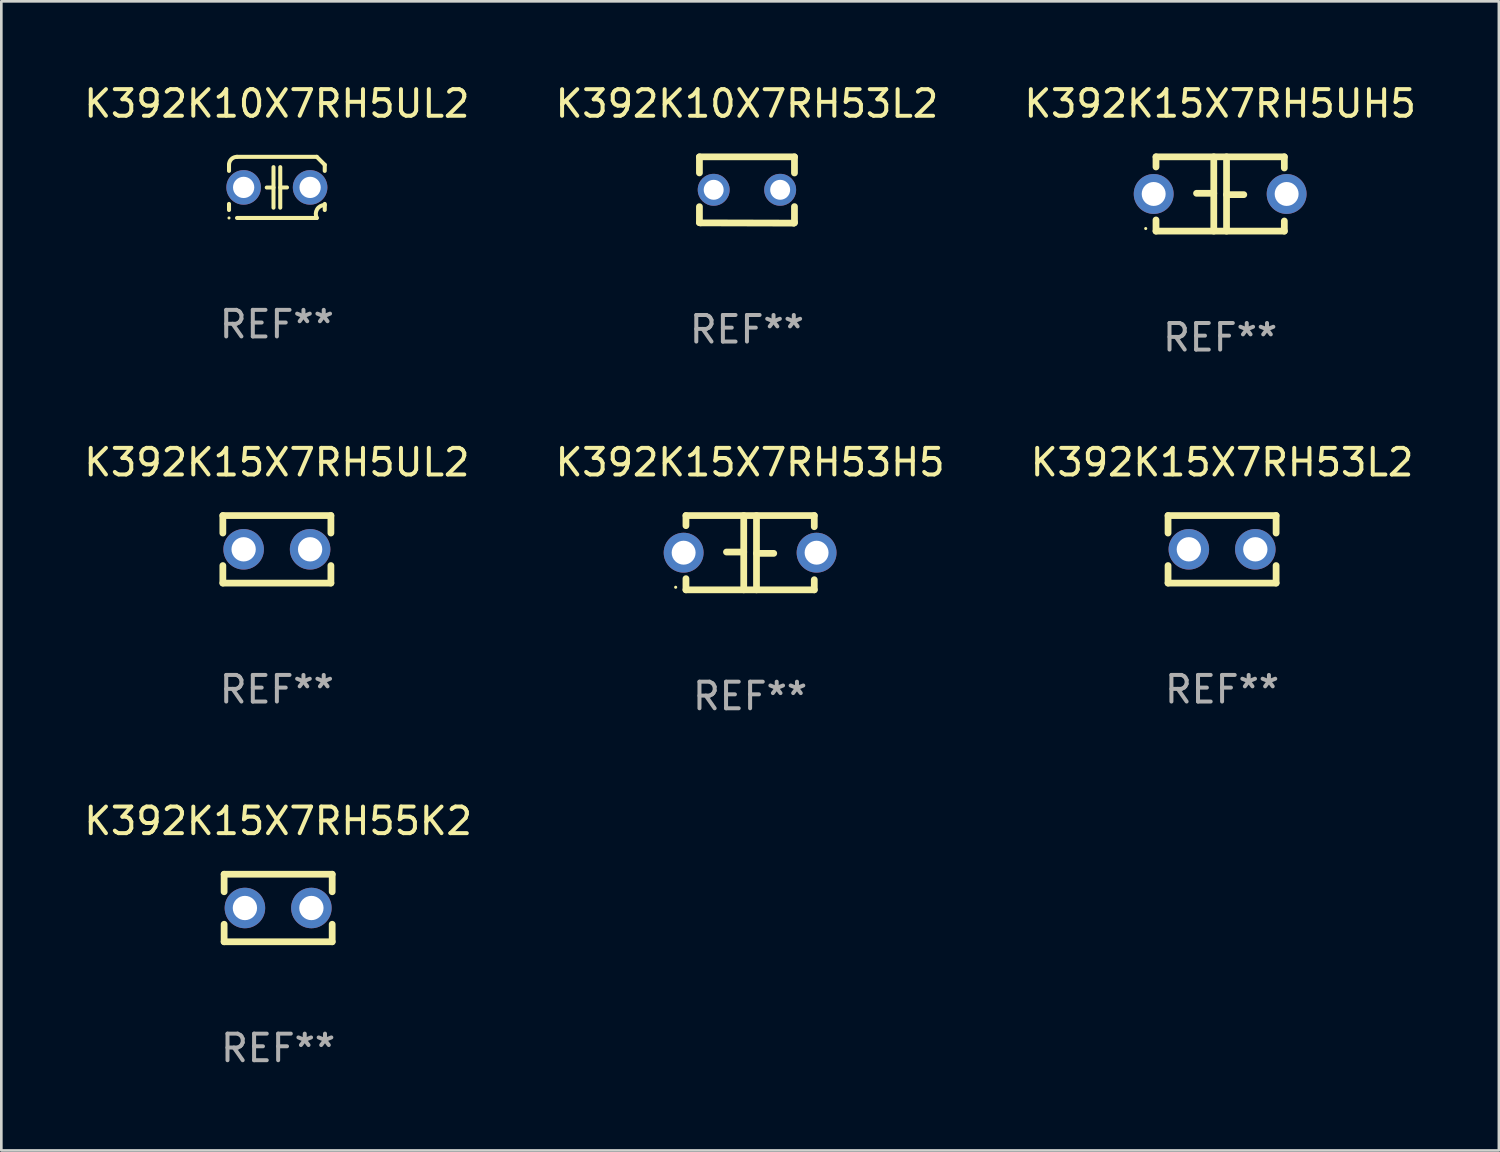
<source format=kicad_pcb>
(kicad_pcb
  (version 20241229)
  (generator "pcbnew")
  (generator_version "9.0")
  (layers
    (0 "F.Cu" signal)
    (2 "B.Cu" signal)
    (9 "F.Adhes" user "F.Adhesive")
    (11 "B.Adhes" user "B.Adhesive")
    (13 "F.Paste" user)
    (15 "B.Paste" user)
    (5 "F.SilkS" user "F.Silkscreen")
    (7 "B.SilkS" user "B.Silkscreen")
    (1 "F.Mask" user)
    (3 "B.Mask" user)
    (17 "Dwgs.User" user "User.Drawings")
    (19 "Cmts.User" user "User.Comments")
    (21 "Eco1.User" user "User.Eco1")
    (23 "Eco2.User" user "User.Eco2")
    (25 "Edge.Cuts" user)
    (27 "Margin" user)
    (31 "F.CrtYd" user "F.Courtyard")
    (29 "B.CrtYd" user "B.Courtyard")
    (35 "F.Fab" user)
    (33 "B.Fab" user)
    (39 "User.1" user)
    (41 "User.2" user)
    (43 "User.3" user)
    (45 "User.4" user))
  (footprint "K392K15X7RH5UL2"
    (layer "F.Cu")
    (at 7.363 17.609)
    (property "Reference" "K392K15X7RH5UL2" (at 0 -3.27 0) (layer "F.SilkS") (effects (font (size 1 1) (thickness 0.15))))
    (attr through_hole)
    (fp_line (start -2.032 -1.27) (end -2.032 -0.611) (stroke (width 0.254) (type solid)) (layer "F.SilkS"))
    (fp_line (start -2.032 0.611) (end -2.032 1.27) (stroke (width 0.254) (type solid)) (layer "F.SilkS"))
    (fp_line (start -2.032 1.27) (end 2.032 1.27) (stroke (width 0.254) (type solid)) (layer "F.SilkS"))
    (fp_line (start 2.032 -1.27) (end -2.032 -1.27) (stroke (width 0.254) (type solid)) (layer "F.SilkS"))
    (fp_line (start 2.032 -0.611) (end 2.032 -1.27) (stroke (width 0.254) (type solid)) (layer "F.SilkS"))
    (fp_line (start 2.032 1.27) (end 2.032 0.611) (stroke (width 0.254) (type solid)) (layer "F.SilkS"))
    (fp_circle (center -2 1.3) (end -1.97 1.3) (stroke (width 0.06) (type solid)) (fill no) (layer "F.SilkS"))
    (fp_text user "REF**" (at 0 5.27 0) (layer "F.Fab") (effects (font (size 1 1) (thickness 0.15))))
    (pad "1" thru_hole circle (at -1.25 0) (size 1.524 1.524) (drill 0.914) (layers "*.Cu" "*.Mask"))
    (pad "2" thru_hole circle (at 1.25 0) (size 1.524 1.524) (drill 0.914) (layers "*.Cu" "*.Mask")))
  (footprint "K392K15X7RH5UH5"
    (layer "F.Cu")
    (at 42.839 4.245)
    (property "Reference" "K392K15X7RH5UH5" (at 0 -3.397 0) (layer "F.SilkS") (effects (font (size 1 1) (thickness 0.15))))
    (attr through_hole)
    (fp_line (start -2.413 -1.397) (end 2.413 -1.397) (stroke (width 0.254) (type solid)) (layer "F.SilkS"))
    (fp_line (start -2.413 -1.016) (end -2.413 -1.397) (stroke (width 0.254) (type solid)) (layer "F.SilkS"))
    (fp_line (start -2.413 0.977) (end -2.413 1.397) (stroke (width 0.254) (type solid)) (layer "F.SilkS"))
    (fp_line (start -0.24 -0.025) (end -0.889 -0.025) (stroke (width 0.254) (type solid)) (layer "F.SilkS"))
    (fp_line (start -0.24 1.397) (end -0.24 -1.397) (stroke (width 0.254) (type solid)) (layer "F.SilkS"))
    (fp_line (start 0.24 -1.397) (end 0.24 1.397) (stroke (width 0.254) (type solid)) (layer "F.SilkS"))
    (fp_line (start 0.24 0.025) (end 0.889 0.025) (stroke (width 0.254) (type solid)) (layer "F.SilkS"))
    (fp_line (start 2.413 -0.977) (end 2.413 -1.397) (stroke (width 0.254) (type solid)) (layer "F.SilkS"))
    (fp_line (start 2.413 1.016) (end 2.413 1.397) (stroke (width 0.254) (type solid)) (layer "F.SilkS"))
    (fp_line (start 2.413 1.397) (end -2.413 1.397) (stroke (width 0.254) (type solid)) (layer "F.SilkS"))
    (fp_circle (center -2.8 1.3) (end -2.77 1.3) (stroke (width 0.06) (type solid)) (fill no) (layer "F.SilkS"))
    (fp_text user "REF**" (at 0 5.397 0) (layer "F.Fab") (effects (font (size 1 1) (thickness 0.15))))
    (pad "1" thru_hole circle (at -2.5 0) (size 1.5 1.5) (drill 0.9) (layers "*.Cu" "*.Mask"))
    (pad "2" thru_hole circle (at 2.5 0) (size 1.5 1.5) (drill 0.9) (layers "*.Cu" "*.Mask")))
  (footprint "K392K15X7RH55K2"
    (layer "F.Cu")
    (at 7.411 31.099)
    (property "Reference" "K392K15X7RH55K2" (at 0 -3.27 0) (layer "F.SilkS") (effects (font (size 1 1) (thickness 0.15))))
    (attr through_hole)
    (fp_line (start -2.032 -1.27) (end -2.032 -0.611) (stroke (width 0.254) (type solid)) (layer "F.SilkS"))
    (fp_line (start -2.032 0.611) (end -2.032 1.27) (stroke (width 0.254) (type solid)) (layer "F.SilkS"))
    (fp_line (start -2.032 1.27) (end 2.032 1.27) (stroke (width 0.254) (type solid)) (layer "F.SilkS"))
    (fp_line (start 2.032 -1.27) (end -2.032 -1.27) (stroke (width 0.254) (type solid)) (layer "F.SilkS"))
    (fp_line (start 2.032 -0.611) (end 2.032 -1.27) (stroke (width 0.254) (type solid)) (layer "F.SilkS"))
    (fp_line (start 2.032 1.27) (end 2.032 0.611) (stroke (width 0.254) (type solid)) (layer "F.SilkS"))
    (fp_circle (center -2 1.3) (end -1.97 1.3) (stroke (width 0.06) (type solid)) (fill no) (layer "F.SilkS"))
    (fp_text user "REF**" (at 0 5.27 0) (layer "F.Fab") (effects (font (size 1 1) (thickness 0.15))))
    (pad "1" thru_hole circle (at -1.25 0) (size 1.524 1.524) (drill 0.914) (layers "*.Cu" "*.Mask"))
    (pad "2" thru_hole circle (at 1.25 0) (size 1.524 1.524) (drill 0.914) (layers "*.Cu" "*.Mask")))
  (footprint "K392K15X7RH53L2"
    (layer "F.Cu")
    (at 42.911 17.609)
    (property "Reference" "K392K15X7RH53L2" (at 0 -3.27 0) (layer "F.SilkS") (effects (font (size 1 1) (thickness 0.15))))
    (attr through_hole)
    (fp_line (start -2.032 -1.27) (end -2.032 -0.611) (stroke (width 0.254) (type solid)) (layer "F.SilkS"))
    (fp_line (start -2.032 0.611) (end -2.032 1.27) (stroke (width 0.254) (type solid)) (layer "F.SilkS"))
    (fp_line (start -2.032 1.27) (end 2.032 1.27) (stroke (width 0.254) (type solid)) (layer "F.SilkS"))
    (fp_line (start 2.032 -1.27) (end -2.032 -1.27) (stroke (width 0.254) (type solid)) (layer "F.SilkS"))
    (fp_line (start 2.032 -0.611) (end 2.032 -1.27) (stroke (width 0.254) (type solid)) (layer "F.SilkS"))
    (fp_line (start 2.032 1.27) (end 2.032 0.611) (stroke (width 0.254) (type solid)) (layer "F.SilkS"))
    (fp_circle (center -2 1.3) (end -1.97 1.3) (stroke (width 0.06) (type solid)) (fill no) (layer "F.SilkS"))
    (fp_text user "REF**" (at 0 5.27 0) (layer "F.Fab") (effects (font (size 1 1) (thickness 0.15))))
    (pad "1" thru_hole circle (at -1.25 0) (size 1.524 1.524) (drill 0.914) (layers "*.Cu" "*.Mask"))
    (pad "2" thru_hole circle (at 1.25 0) (size 1.524 1.524) (drill 0.914) (layers "*.Cu" "*.Mask")))
  (footprint "K392K10X7RH53L2"
    (layer "F.Cu")
    (at 25.042 4.095)
    (property "Reference" "K392K10X7RH53L2" (at 0 -3.246 0) (layer "F.SilkS") (effects (font (size 1 1) (thickness 0.15))))
    (attr through_hole)
    (fp_line (start -1.787 -1.246) (end -1.787 -0.642) (stroke (width 0.254) (type solid)) (layer "F.SilkS"))
    (fp_line (start -1.787 0.627) (end -1.787 1.228) (stroke (width 0.254) (type solid)) (layer "F.SilkS"))
    (fp_line (start -1.787 1.228) (end -1.75 1.237) (stroke (width 0.254) (type solid)) (layer "F.SilkS"))
    (fp_line (start -1.75 1.237) (end 1.759 1.246) (stroke (width 0.254) (type solid)) (layer "F.SilkS"))
    (fp_line (start 1.759 1.246) (end 1.787 1.218) (stroke (width 0.254) (type solid)) (layer "F.SilkS"))
    (fp_line (start 1.787 -1.246) (end -1.787 -1.246) (stroke (width 0.254) (type solid)) (layer "F.SilkS"))
    (fp_line (start 1.787 -0.639) (end 1.787 -1.246) (stroke (width 0.254) (type solid)) (layer "F.SilkS"))
    (fp_line (start 1.787 1.237) (end 1.787 0.625) (stroke (width 0.254) (type solid)) (layer "F.SilkS"))
    (fp_circle (center -1.801 1.243) (end -1.771 1.243) (stroke (width 0.06) (type solid)) (fill no) (layer "F.SilkS"))
    (fp_text user "REF**" (at 0 5.246 0) (layer "F.Fab") (effects (font (size 1 1) (thickness 0.15))))
    (pad "1" thru_hole circle (at -1.251 -0.007) (size 1.2 1.2) (drill 0.75) (layers "*.Cu" "*.Mask"))
    (pad "2" thru_hole circle (at 1.249 -0.007) (size 1.2 1.2) (drill 0.75) (layers "*.Cu" "*.Mask")))
  (footprint "K392K15X7RH53H5"
    (layer "F.Cu")
    (at 25.161 17.736)
    (property "Reference" "K392K15X7RH53H5" (at 0 -3.397 0) (layer "F.SilkS") (effects (font (size 1 1) (thickness 0.15))))
    (attr through_hole)
    (fp_line (start -2.413 -1.397) (end 2.413 -1.397) (stroke (width 0.254) (type solid)) (layer "F.SilkS"))
    (fp_line (start -2.413 -1.016) (end -2.413 -1.397) (stroke (width 0.254) (type solid)) (layer "F.SilkS"))
    (fp_line (start -2.413 0.977) (end -2.413 1.397) (stroke (width 0.254) (type solid)) (layer "F.SilkS"))
    (fp_line (start -0.24 -0.025) (end -0.889 -0.025) (stroke (width 0.254) (type solid)) (layer "F.SilkS"))
    (fp_line (start -0.24 1.397) (end -0.24 -1.397) (stroke (width 0.254) (type solid)) (layer "F.SilkS"))
    (fp_line (start 0.24 -1.397) (end 0.24 1.397) (stroke (width 0.254) (type solid)) (layer "F.SilkS"))
    (fp_line (start 0.24 0.025) (end 0.889 0.025) (stroke (width 0.254) (type solid)) (layer "F.SilkS"))
    (fp_line (start 2.413 -0.977) (end 2.413 -1.397) (stroke (width 0.254) (type solid)) (layer "F.SilkS"))
    (fp_line (start 2.413 1.016) (end 2.413 1.397) (stroke (width 0.254) (type solid)) (layer "F.SilkS"))
    (fp_line (start 2.413 1.397) (end -2.413 1.397) (stroke (width 0.254) (type solid)) (layer "F.SilkS"))
    (fp_circle (center -2.8 1.3) (end -2.77 1.3) (stroke (width 0.06) (type solid)) (fill no) (layer "F.SilkS"))
    (fp_text user "REF**" (at 0 5.397 0) (layer "F.Fab") (effects (font (size 1 1) (thickness 0.15))))
    (pad "1" thru_hole circle (at -2.5 0) (size 1.5 1.5) (drill 0.9) (layers "*.Cu" "*.Mask"))
    (pad "2" thru_hole circle (at 2.5 0) (size 1.5 1.5) (drill 0.9) (layers "*.Cu" "*.Mask")))
  (footprint "K392K10X7RH5UL2"
    (layer "F.Cu")
    (at 7.363 3.998)
    (property "Reference" "K392K10X7RH5UL2" (at 0 -3.15 0) (layer "F.SilkS") (effects (font (size 1 1) (thickness 0.15))))
    (attr through_hole)
    (fp_line (start -1.8 -0.621) (end -1.8 -0.85) (stroke (width 0.152) (type solid)) (layer "F.SilkS"))
    (fp_line (start -1.8 0.85) (end -1.8 0.621) (stroke (width 0.152) (type solid)) (layer "F.SilkS"))
    (fp_line (start -1.5 -1.15) (end 1.5 -1.15) (stroke (width 0.152) (type solid)) (layer "F.SilkS"))
    (fp_line (start -0.127 -0.762) (end -0.127 0.762) (stroke (width 0.152) (type solid)) (layer "F.SilkS"))
    (fp_line (start -0.127 0.005) (end -0.381 0.005) (stroke (width 0.152) (type solid)) (layer "F.SilkS"))
    (fp_line (start 0.127 -0.762) (end 0.127 0.762) (stroke (width 0.152) (type solid)) (layer "F.SilkS"))
    (fp_line (start 0.127 0.002) (end 0.381 0.002) (stroke (width 0.152) (type solid)) (layer "F.SilkS"))
    (fp_line (start 1.5 1.15) (end -1.5 1.15) (stroke (width 0.152) (type solid)) (layer "F.SilkS"))
    (fp_line (start 1.8 -0.85) (end 1.8 -0.621) (stroke (width 0.152) (type solid)) (layer "F.SilkS"))
    (fp_line (start 1.8 0.621) (end 1.8 0.85) (stroke (width 0.152) (type solid)) (layer "F.SilkS"))
    (fp_arc (start -1.799975 -0.849987) (mid -1.712107 -1.062119) (end -1.499975 -1.149987) (stroke (width 0.151994) (type solid)) (layer "F.SilkS"))
    (fp_arc (start 1.499975 1.149987) (mid 1.513726 0.822359) (end 1.799975 0.662387) (stroke (width 0.151994) (type solid)) (layer "F.SilkS"))
    (fp_arc (start 1.500001 -1.149986) (mid 1.650015 -1.000001) (end 1.8 -0.849987) (stroke (width 0.151994) (type solid)) (layer "F.SilkS"))
    (fp_circle (center -1.8 1.15) (end -1.77 1.15) (stroke (width 0.06) (type solid)) (fill no) (layer "F.SilkS"))
    (fp_text user "REF**" (at 0 5.15 0) (layer "F.Fab") (effects (font (size 1 1) (thickness 0.15))))
    (pad "1" thru_hole circle (at -1.25 0) (size 1.3 1.3) (drill 0.8) (layers "*.Cu" "*.Mask"))
    (pad "2" thru_hole circle (at 1.25 0) (size 1.3 1.3) (drill 0.8) (layers "*.Cu" "*.Mask")))
  (gr_rect
    (start -3 -3)
    (end 53.321 40.218)
    (stroke (width 0.1) (type default))
    (fill no)
    (layer "Edge.Cuts")))
</source>
